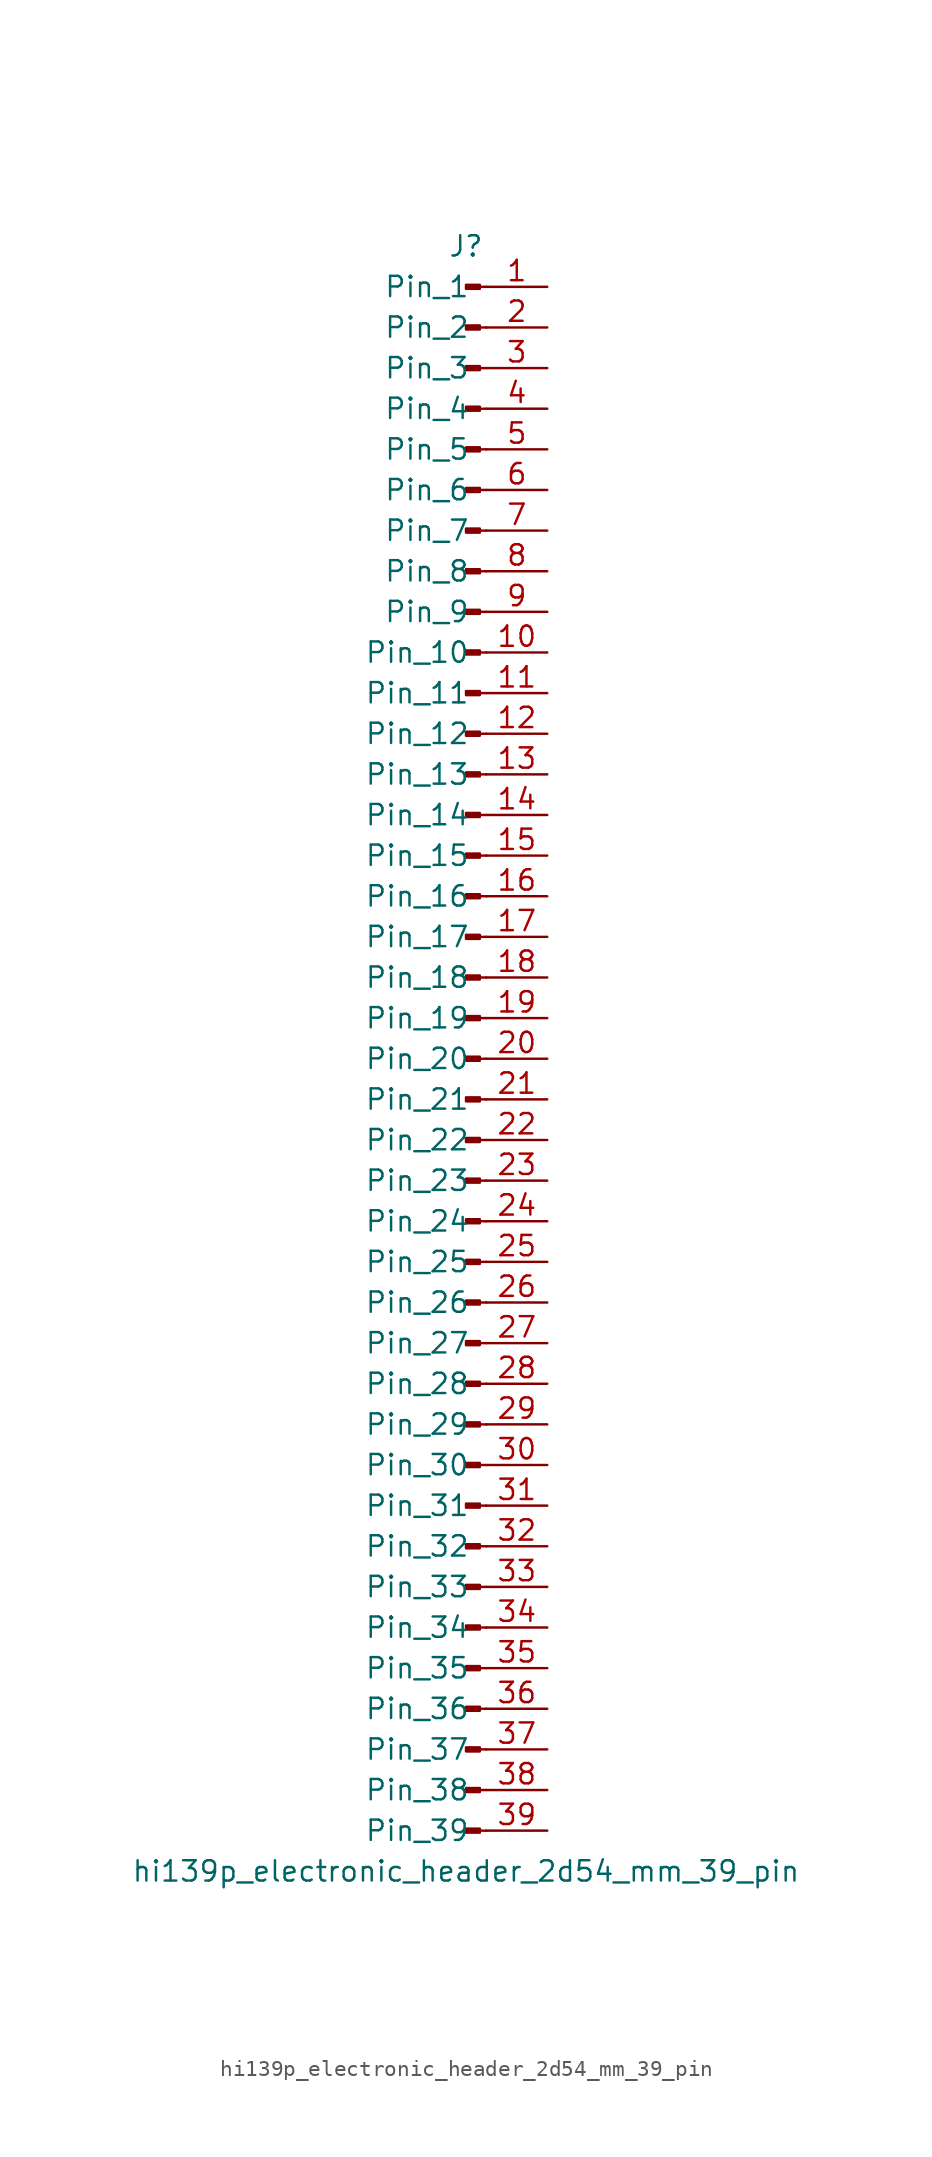
<source format=kicad_sym>
(kicad_symbol_lib
  (version 20220914)
  (generator kicad_symbol_editor)
  (symbol "hi139p_electronic_header_2d54_mm_39_pin"
    (pin_names
      (offset 1.016))
    (property "Reference" "J"
      (at 0 50.8 0)
      (effects (font (size 1.27 1.27))))
    (property "Value" "hi139p_electronic_header_2d54_mm_39_pin"
      (at 0 -50.8 0)
      (effects (font (size 1.27 1.27))))
    (property "ki_locked" ""
      (at 0 0 0)
      (effects (font (size 1.27 1.27))))
    (symbol "hi139p_electronic_header_2d54_mm_39_pin_1_1"
      (polyline (pts (xy 1.27 -48.26) (xy 0.864 -48.26)) (stroke (width 0.152) (type default)) (fill (type none)))
      (polyline (pts (xy 1.27 -45.72) (xy 0.864 -45.72)) (stroke (width 0.152) (type default)) (fill (type none)))
      (polyline (pts (xy 1.27 -43.18) (xy 0.864 -43.18)) (stroke (width 0.152) (type default)) (fill (type none)))
      (polyline (pts (xy 1.27 -40.64) (xy 0.864 -40.64)) (stroke (width 0.152) (type default)) (fill (type none)))
      (polyline (pts (xy 1.27 -38.1) (xy 0.864 -38.1)) (stroke (width 0.152) (type default)) (fill (type none)))
      (polyline (pts (xy 1.27 -35.56) (xy 0.864 -35.56)) (stroke (width 0.152) (type default)) (fill (type none)))
      (polyline (pts (xy 1.27 -33.02) (xy 0.864 -33.02)) (stroke (width 0.152) (type default)) (fill (type none)))
      (polyline (pts (xy 1.27 -30.48) (xy 0.864 -30.48)) (stroke (width 0.152) (type default)) (fill (type none)))
      (polyline (pts (xy 1.27 -27.94) (xy 0.864 -27.94)) (stroke (width 0.152) (type default)) (fill (type none)))
      (polyline (pts (xy 1.27 -25.4) (xy 0.864 -25.4)) (stroke (width 0.152) (type default)) (fill (type none)))
      (polyline (pts (xy 1.27 -22.86) (xy 0.864 -22.86)) (stroke (width 0.152) (type default)) (fill (type none)))
      (polyline (pts (xy 1.27 -20.32) (xy 0.864 -20.32)) (stroke (width 0.152) (type default)) (fill (type none)))
      (polyline (pts (xy 1.27 -17.78) (xy 0.864 -17.78)) (stroke (width 0.152) (type default)) (fill (type none)))
      (polyline (pts (xy 1.27 -15.24) (xy 0.864 -15.24)) (stroke (width 0.152) (type default)) (fill (type none)))
      (polyline (pts (xy 1.27 -12.7) (xy 0.864 -12.7)) (stroke (width 0.152) (type default)) (fill (type none)))
      (polyline (pts (xy 1.27 -10.16) (xy 0.864 -10.16)) (stroke (width 0.152) (type default)) (fill (type none)))
      (polyline (pts (xy 1.27 -7.62) (xy 0.864 -7.62)) (stroke (width 0.152) (type default)) (fill (type none)))
      (polyline (pts (xy 1.27 -5.08) (xy 0.864 -5.08)) (stroke (width 0.152) (type default)) (fill (type none)))
      (polyline (pts (xy 1.27 -2.54) (xy 0.864 -2.54)) (stroke (width 0.152) (type default)) (fill (type none)))
      (polyline (pts (xy 1.27 0) (xy 0.864 0)) (stroke (width 0.152) (type default)) (fill (type none)))
      (polyline (pts (xy 1.27 2.54) (xy 0.864 2.54)) (stroke (width 0.152) (type default)) (fill (type none)))
      (polyline (pts (xy 1.27 5.08) (xy 0.864 5.08)) (stroke (width 0.152) (type default)) (fill (type none)))
      (polyline (pts (xy 1.27 7.62) (xy 0.864 7.62)) (stroke (width 0.152) (type default)) (fill (type none)))
      (polyline (pts (xy 1.27 10.16) (xy 0.864 10.16)) (stroke (width 0.152) (type default)) (fill (type none)))
      (polyline (pts (xy 1.27 12.7) (xy 0.864 12.7)) (stroke (width 0.152) (type default)) (fill (type none)))
      (polyline (pts (xy 1.27 15.24) (xy 0.864 15.24)) (stroke (width 0.152) (type default)) (fill (type none)))
      (polyline (pts (xy 1.27 17.78) (xy 0.864 17.78)) (stroke (width 0.152) (type default)) (fill (type none)))
      (polyline (pts (xy 1.27 20.32) (xy 0.864 20.32)) (stroke (width 0.152) (type default)) (fill (type none)))
      (polyline (pts (xy 1.27 22.86) (xy 0.864 22.86)) (stroke (width 0.152) (type default)) (fill (type none)))
      (polyline (pts (xy 1.27 25.4) (xy 0.864 25.4)) (stroke (width 0.152) (type default)) (fill (type none)))
      (polyline (pts (xy 1.27 27.94) (xy 0.864 27.94)) (stroke (width 0.152) (type default)) (fill (type none)))
      (polyline (pts (xy 1.27 30.48) (xy 0.864 30.48)) (stroke (width 0.152) (type default)) (fill (type none)))
      (polyline (pts (xy 1.27 33.02) (xy 0.864 33.02)) (stroke (width 0.152) (type default)) (fill (type none)))
      (polyline (pts (xy 1.27 35.56) (xy 0.864 35.56)) (stroke (width 0.152) (type default)) (fill (type none)))
      (polyline (pts (xy 1.27 38.1) (xy 0.864 38.1)) (stroke (width 0.152) (type default)) (fill (type none)))
      (polyline (pts (xy 1.27 40.64) (xy 0.864 40.64)) (stroke (width 0.152) (type default)) (fill (type none)))
      (polyline (pts (xy 1.27 43.18) (xy 0.864 43.18)) (stroke (width 0.152) (type default)) (fill (type none)))
      (polyline (pts (xy 1.27 45.72) (xy 0.864 45.72)) (stroke (width 0.152) (type default)) (fill (type none)))
      (polyline (pts (xy 1.27 48.26) (xy 0.864 48.26)) (stroke (width 0.152) (type default)) (fill (type none)))
      (rectangle (start 0.864 -48.133) (end 0 -48.387) (stroke (width 0.152) (type default)) (fill (type outline)))
      (rectangle (start 0.864 -45.593) (end 0 -45.847) (stroke (width 0.152) (type default)) (fill (type outline)))
      (rectangle (start 0.864 -43.053) (end 0 -43.307) (stroke (width 0.152) (type default)) (fill (type outline)))
      (rectangle (start 0.864 -40.513) (end 0 -40.767) (stroke (width 0.152) (type default)) (fill (type outline)))
      (rectangle (start 0.864 -37.973) (end 0 -38.227) (stroke (width 0.152) (type default)) (fill (type outline)))
      (rectangle (start 0.864 -35.433) (end 0 -35.687) (stroke (width 0.152) (type default)) (fill (type outline)))
      (rectangle (start 0.864 -32.893) (end 0 -33.147) (stroke (width 0.152) (type default)) (fill (type outline)))
      (rectangle (start 0.864 -30.353) (end 0 -30.607) (stroke (width 0.152) (type default)) (fill (type outline)))
      (rectangle (start 0.864 -27.813) (end 0 -28.067) (stroke (width 0.152) (type default)) (fill (type outline)))
      (rectangle (start 0.864 -25.273) (end 0 -25.527) (stroke (width 0.152) (type default)) (fill (type outline)))
      (rectangle (start 0.864 -22.733) (end 0 -22.987) (stroke (width 0.152) (type default)) (fill (type outline)))
      (rectangle (start 0.864 -20.193) (end 0 -20.447) (stroke (width 0.152) (type default)) (fill (type outline)))
      (rectangle (start 0.864 -17.653) (end 0 -17.907) (stroke (width 0.152) (type default)) (fill (type outline)))
      (rectangle (start 0.864 -15.113) (end 0 -15.367) (stroke (width 0.152) (type default)) (fill (type outline)))
      (rectangle (start 0.864 -12.573) (end 0 -12.827) (stroke (width 0.152) (type default)) (fill (type outline)))
      (rectangle (start 0.864 -10.033) (end 0 -10.287) (stroke (width 0.152) (type default)) (fill (type outline)))
      (rectangle (start 0.864 -7.493) (end 0 -7.747) (stroke (width 0.152) (type default)) (fill (type outline)))
      (rectangle (start 0.864 -4.953) (end 0 -5.207) (stroke (width 0.152) (type default)) (fill (type outline)))
      (rectangle (start 0.864 -2.413) (end 0 -2.667) (stroke (width 0.152) (type default)) (fill (type outline)))
      (rectangle (start 0.864 0.127) (end 0 -0.127) (stroke (width 0.152) (type default)) (fill (type outline)))
      (rectangle (start 0.864 2.667) (end 0 2.413) (stroke (width 0.152) (type default)) (fill (type outline)))
      (rectangle (start 0.864 5.207) (end 0 4.953) (stroke (width 0.152) (type default)) (fill (type outline)))
      (rectangle (start 0.864 7.747) (end 0 7.493) (stroke (width 0.152) (type default)) (fill (type outline)))
      (rectangle (start 0.864 10.287) (end 0 10.033) (stroke (width 0.152) (type default)) (fill (type outline)))
      (rectangle (start 0.864 12.827) (end 0 12.573) (stroke (width 0.152) (type default)) (fill (type outline)))
      (rectangle (start 0.864 15.367) (end 0 15.113) (stroke (width 0.152) (type default)) (fill (type outline)))
      (rectangle (start 0.864 17.907) (end 0 17.653) (stroke (width 0.152) (type default)) (fill (type outline)))
      (rectangle (start 0.864 20.447) (end 0 20.193) (stroke (width 0.152) (type default)) (fill (type outline)))
      (rectangle (start 0.864 22.987) (end 0 22.733) (stroke (width 0.152) (type default)) (fill (type outline)))
      (rectangle (start 0.864 25.527) (end 0 25.273) (stroke (width 0.152) (type default)) (fill (type outline)))
      (rectangle (start 0.864 28.067) (end 0 27.813) (stroke (width 0.152) (type default)) (fill (type outline)))
      (rectangle (start 0.864 30.607) (end 0 30.353) (stroke (width 0.152) (type default)) (fill (type outline)))
      (rectangle (start 0.864 33.147) (end 0 32.893) (stroke (width 0.152) (type default)) (fill (type outline)))
      (rectangle (start 0.864 35.687) (end 0 35.433) (stroke (width 0.152) (type default)) (fill (type outline)))
      (rectangle (start 0.864 38.227) (end 0 37.973) (stroke (width 0.152) (type default)) (fill (type outline)))
      (rectangle (start 0.864 40.767) (end 0 40.513) (stroke (width 0.152) (type default)) (fill (type outline)))
      (rectangle (start 0.864 43.307) (end 0 43.053) (stroke (width 0.152) (type default)) (fill (type outline)))
      (rectangle (start 0.864 45.847) (end 0 45.593) (stroke (width 0.152) (type default)) (fill (type outline)))
      (rectangle (start 0.864 48.387) (end 0 48.133) (stroke (width 0.152) (type default)) (fill (type outline)))
      (pin passive line (at 5.08 48.26 180) (length 3.81) (name "Pin_1" (effects (font (size 1.27 1.27)))) (number "1" (effects (font (size 1.27 1.27)))))
      (pin passive line (at 5.08 25.4 180) (length 3.81) (name "Pin_10" (effects (font (size 1.27 1.27)))) (number "10" (effects (font (size 1.27 1.27)))))
      (pin passive line (at 5.08 22.86 180) (length 3.81) (name "Pin_11" (effects (font (size 1.27 1.27)))) (number "11" (effects (font (size 1.27 1.27)))))
      (pin passive line (at 5.08 20.32 180) (length 3.81) (name "Pin_12" (effects (font (size 1.27 1.27)))) (number "12" (effects (font (size 1.27 1.27)))))
      (pin passive line (at 5.08 17.78 180) (length 3.81) (name "Pin_13" (effects (font (size 1.27 1.27)))) (number "13" (effects (font (size 1.27 1.27)))))
      (pin passive line (at 5.08 15.24 180) (length 3.81) (name "Pin_14" (effects (font (size 1.27 1.27)))) (number "14" (effects (font (size 1.27 1.27)))))
      (pin passive line (at 5.08 12.7 180) (length 3.81) (name "Pin_15" (effects (font (size 1.27 1.27)))) (number "15" (effects (font (size 1.27 1.27)))))
      (pin passive line (at 5.08 10.16 180) (length 3.81) (name "Pin_16" (effects (font (size 1.27 1.27)))) (number "16" (effects (font (size 1.27 1.27)))))
      (pin passive line (at 5.08 7.62 180) (length 3.81) (name "Pin_17" (effects (font (size 1.27 1.27)))) (number "17" (effects (font (size 1.27 1.27)))))
      (pin passive line (at 5.08 5.08 180) (length 3.81) (name "Pin_18" (effects (font (size 1.27 1.27)))) (number "18" (effects (font (size 1.27 1.27)))))
      (pin passive line (at 5.08 2.54 180) (length 3.81) (name "Pin_19" (effects (font (size 1.27 1.27)))) (number "19" (effects (font (size 1.27 1.27)))))
      (pin passive line (at 5.08 45.72 180) (length 3.81) (name "Pin_2" (effects (font (size 1.27 1.27)))) (number "2" (effects (font (size 1.27 1.27)))))
      (pin passive line (at 5.08 0 180) (length 3.81) (name "Pin_20" (effects (font (size 1.27 1.27)))) (number "20" (effects (font (size 1.27 1.27)))))
      (pin passive line (at 5.08 -2.54 180) (length 3.81) (name "Pin_21" (effects (font (size 1.27 1.27)))) (number "21" (effects (font (size 1.27 1.27)))))
      (pin passive line (at 5.08 -5.08 180) (length 3.81) (name "Pin_22" (effects (font (size 1.27 1.27)))) (number "22" (effects (font (size 1.27 1.27)))))
      (pin passive line (at 5.08 -7.62 180) (length 3.81) (name "Pin_23" (effects (font (size 1.27 1.27)))) (number "23" (effects (font (size 1.27 1.27)))))
      (pin passive line (at 5.08 -10.16 180) (length 3.81) (name "Pin_24" (effects (font (size 1.27 1.27)))) (number "24" (effects (font (size 1.27 1.27)))))
      (pin passive line (at 5.08 -12.7 180) (length 3.81) (name "Pin_25" (effects (font (size 1.27 1.27)))) (number "25" (effects (font (size 1.27 1.27)))))
      (pin passive line (at 5.08 -15.24 180) (length 3.81) (name "Pin_26" (effects (font (size 1.27 1.27)))) (number "26" (effects (font (size 1.27 1.27)))))
      (pin passive line (at 5.08 -17.78 180) (length 3.81) (name "Pin_27" (effects (font (size 1.27 1.27)))) (number "27" (effects (font (size 1.27 1.27)))))
      (pin passive line (at 5.08 -20.32 180) (length 3.81) (name "Pin_28" (effects (font (size 1.27 1.27)))) (number "28" (effects (font (size 1.27 1.27)))))
      (pin passive line (at 5.08 -22.86 180) (length 3.81) (name "Pin_29" (effects (font (size 1.27 1.27)))) (number "29" (effects (font (size 1.27 1.27)))))
      (pin passive line (at 5.08 43.18 180) (length 3.81) (name "Pin_3" (effects (font (size 1.27 1.27)))) (number "3" (effects (font (size 1.27 1.27)))))
      (pin passive line (at 5.08 -25.4 180) (length 3.81) (name "Pin_30" (effects (font (size 1.27 1.27)))) (number "30" (effects (font (size 1.27 1.27)))))
      (pin passive line (at 5.08 -27.94 180) (length 3.81) (name "Pin_31" (effects (font (size 1.27 1.27)))) (number "31" (effects (font (size 1.27 1.27)))))
      (pin passive line (at 5.08 -30.48 180) (length 3.81) (name "Pin_32" (effects (font (size 1.27 1.27)))) (number "32" (effects (font (size 1.27 1.27)))))
      (pin passive line (at 5.08 -33.02 180) (length 3.81) (name "Pin_33" (effects (font (size 1.27 1.27)))) (number "33" (effects (font (size 1.27 1.27)))))
      (pin passive line (at 5.08 -35.56 180) (length 3.81) (name "Pin_34" (effects (font (size 1.27 1.27)))) (number "34" (effects (font (size 1.27 1.27)))))
      (pin passive line (at 5.08 -38.1 180) (length 3.81) (name "Pin_35" (effects (font (size 1.27 1.27)))) (number "35" (effects (font (size 1.27 1.27)))))
      (pin passive line (at 5.08 -40.64 180) (length 3.81) (name "Pin_36" (effects (font (size 1.27 1.27)))) (number "36" (effects (font (size 1.27 1.27)))))
      (pin passive line (at 5.08 -43.18 180) (length 3.81) (name "Pin_37" (effects (font (size 1.27 1.27)))) (number "37" (effects (font (size 1.27 1.27)))))
      (pin passive line (at 5.08 -45.72 180) (length 3.81) (name "Pin_38" (effects (font (size 1.27 1.27)))) (number "38" (effects (font (size 1.27 1.27)))))
      (pin passive line (at 5.08 -48.26 180) (length 3.81) (name "Pin_39" (effects (font (size 1.27 1.27)))) (number "39" (effects (font (size 1.27 1.27)))))
      (pin passive line (at 5.08 40.64 180) (length 3.81) (name "Pin_4" (effects (font (size 1.27 1.27)))) (number "4" (effects (font (size 1.27 1.27)))))
      (pin passive line (at 5.08 38.1 180) (length 3.81) (name "Pin_5" (effects (font (size 1.27 1.27)))) (number "5" (effects (font (size 1.27 1.27)))))
      (pin passive line (at 5.08 35.56 180) (length 3.81) (name "Pin_6" (effects (font (size 1.27 1.27)))) (number "6" (effects (font (size 1.27 1.27)))))
      (pin passive line (at 5.08 33.02 180) (length 3.81) (name "Pin_7" (effects (font (size 1.27 1.27)))) (number "7" (effects (font (size 1.27 1.27)))))
      (pin passive line (at 5.08 30.48 180) (length 3.81) (name "Pin_8" (effects (font (size 1.27 1.27)))) (number "8" (effects (font (size 1.27 1.27)))))
      (pin passive line (at 5.08 27.94 180) (length 3.81) (name "Pin_9" (effects (font (size 1.27 1.27)))) (number "9" (effects (font (size 1.27 1.27))))))))
</source>
